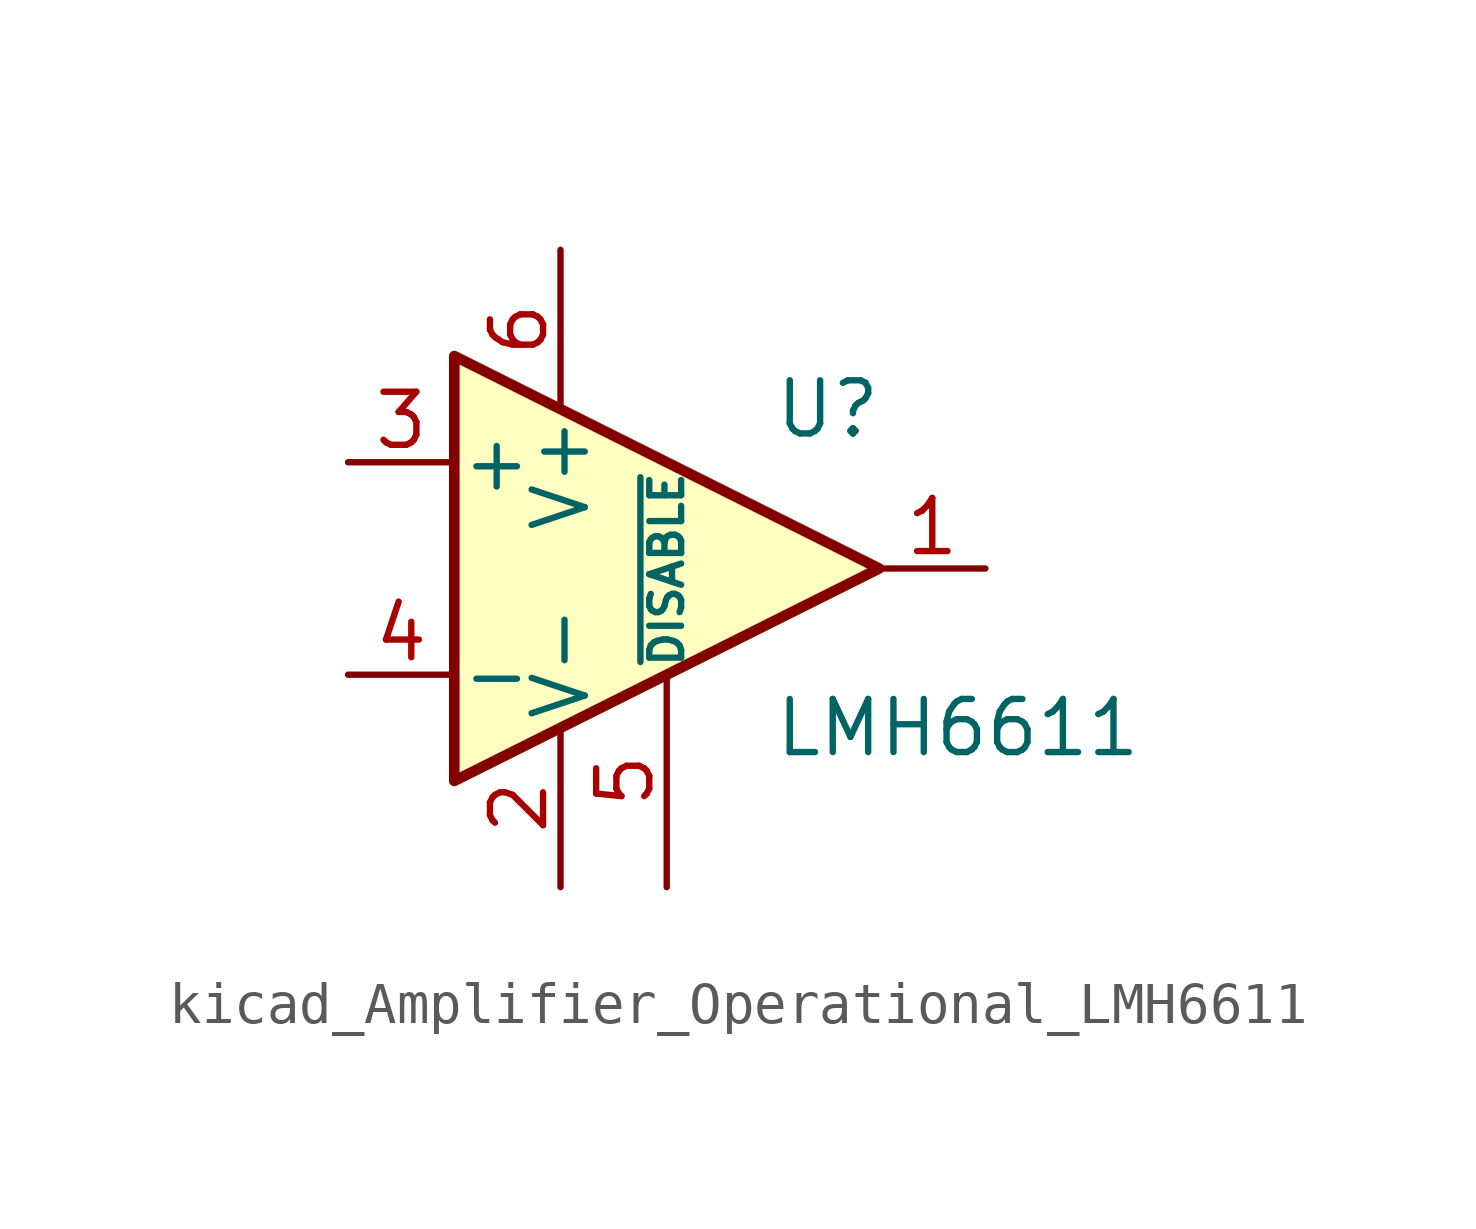
<source format=kicad_sym>
(kicad_symbol_lib
  (version 20220914)
  (generator kicad_symbol_editor)
  (symbol "kicad_Amplifier_Operational_LMH6611"
    (pin_names
      (offset 0.127))
    (property "Reference" "U"
      (at 2.54 3.81 0)
      (effects (font (size 1.27 1.27)) (justify left)))
    (property "Value" "LMH6611"
      (at 2.54 -3.81 0)
      (effects (font (size 1.27 1.27)) (justify left)))
    (symbol "kicad_Amplifier_Operational_LMH6611_0_1"
      (polyline (pts (xy -5.08 5.08) (xy 5.08 0) (xy -5.08 -5.08) (xy -5.08 5.08)) (stroke (width 0.254) (type default)) (fill (type background))))
    (symbol "kicad_Amplifier_Operational_LMH6611_1_1"
      (pin output line (at 7.62 0 180) (length 2.54) (name "~" (effects (font (size 1.27 1.27)))) (number "1" (effects (font (size 1.27 1.27)))))
      (pin power_in line (at -2.54 -7.62 90) (length 3.81) (name "V-" (effects (font (size 1.27 1.27)))) (number "2" (effects (font (size 1.27 1.27)))))
      (pin input line (at -7.62 2.54 0) (length 2.54) (name "+" (effects (font (size 1.27 1.27)))) (number "3" (effects (font (size 1.27 1.27)))))
      (pin input line (at -7.62 -2.54 0) (length 2.54) (name "-" (effects (font (size 1.27 1.27)))) (number "4" (effects (font (size 1.27 1.27)))))
      (pin input line (at 0 -7.62 90) (length 5.08) (name "~{DISABLE}" (effects (font (size 0.762 0.762)))) (number "5" (effects (font (size 1.27 1.27)))))
      (pin power_in line (at -2.54 7.62 270) (length 3.81) (name "V+" (effects (font (size 1.27 1.27)))) (number "6" (effects (font (size 1.27 1.27))))))))
</source>
